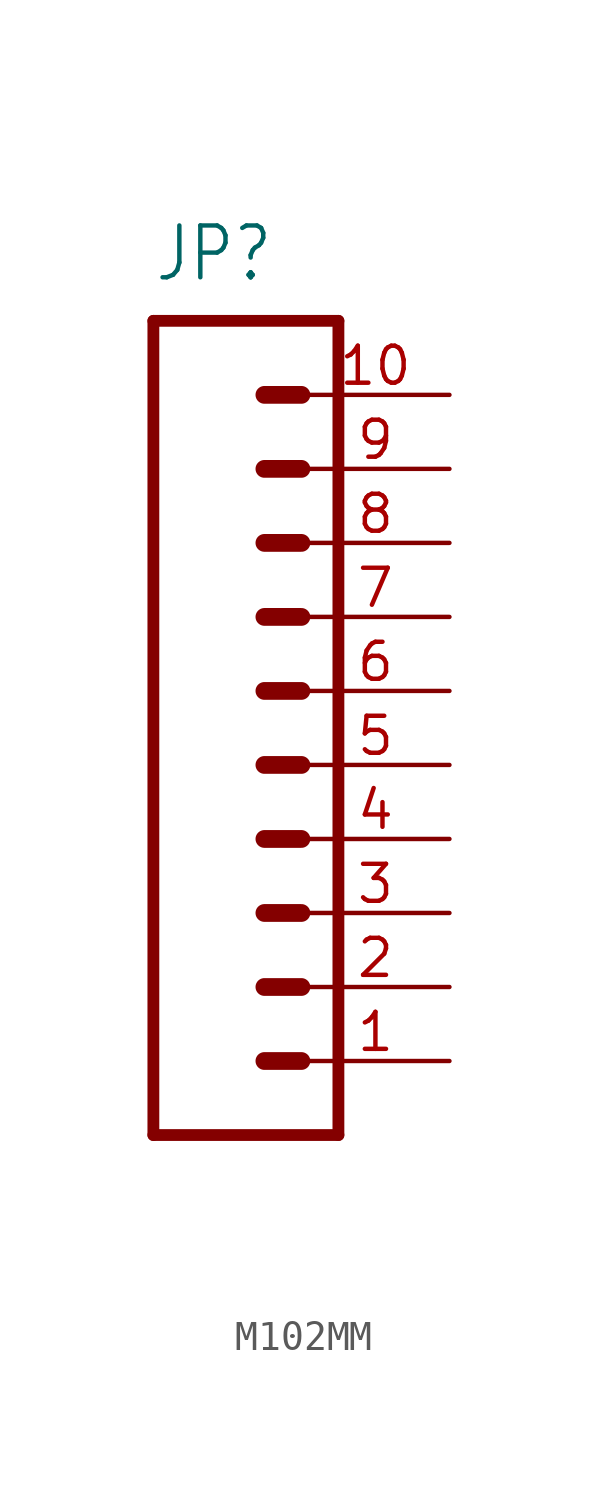
<source format=kicad_sym>
(kicad_symbol_lib
  (version 20220914)
  (generator kicad_symbol_editor)
  (symbol "M102MM"
    (property "Reference" "JP"
      (at 0 8.89 0)
      (effects (font (size 1.778 1.511)) (justify left bottom)))
    (property "Value" ""
      (at 0 -22.86 0)
      (effects (font (size 1.778 1.511)) (justify left bottom)))
    (property "ki_locked" ""
      (at 0 0 0)
      (effects (font (size 1.27 1.27))))
    (symbol "M102MM_1_0"
      (polyline (pts (xy 0 7.62) (xy 0 -20.32)) (stroke (width 0.406) (type solid)) (fill (type none)))
      (polyline (pts (xy 0 7.62) (xy 6.35 7.62)) (stroke (width 0.406) (type solid)) (fill (type none)))
      (polyline (pts (xy 3.81 -17.78) (xy 5.08 -17.78)) (stroke (width 0.61) (type solid)) (fill (type none)))
      (polyline (pts (xy 3.81 -15.24) (xy 5.08 -15.24)) (stroke (width 0.61) (type solid)) (fill (type none)))
      (polyline (pts (xy 3.81 -12.7) (xy 5.08 -12.7)) (stroke (width 0.61) (type solid)) (fill (type none)))
      (polyline (pts (xy 3.81 -10.16) (xy 5.08 -10.16)) (stroke (width 0.61) (type solid)) (fill (type none)))
      (polyline (pts (xy 3.81 -7.62) (xy 5.08 -7.62)) (stroke (width 0.61) (type solid)) (fill (type none)))
      (polyline (pts (xy 3.81 -5.08) (xy 5.08 -5.08)) (stroke (width 0.61) (type solid)) (fill (type none)))
      (polyline (pts (xy 3.81 -2.54) (xy 5.08 -2.54)) (stroke (width 0.61) (type solid)) (fill (type none)))
      (polyline (pts (xy 3.81 0) (xy 5.08 0)) (stroke (width 0.61) (type solid)) (fill (type none)))
      (polyline (pts (xy 3.81 2.54) (xy 5.08 2.54)) (stroke (width 0.61) (type solid)) (fill (type none)))
      (polyline (pts (xy 3.81 5.08) (xy 5.08 5.08)) (stroke (width 0.61) (type solid)) (fill (type none)))
      (polyline (pts (xy 6.35 -20.32) (xy 0 -20.32)) (stroke (width 0.406) (type solid)) (fill (type none)))
      (polyline (pts (xy 6.35 -20.32) (xy 6.35 7.62)) (stroke (width 0.406) (type solid)) (fill (type none)))
      (pin passive line (at 10.16 -17.78 180) (length 5.08) (name "1" (effects (font (size 0 0)))) (number "1" (effects (font (size 1.27 1.27)))))
      (pin passive line (at 10.16 5.08 180) (length 5.08) (name "10" (effects (font (size 0 0)))) (number "10" (effects (font (size 1.27 1.27)))))
      (pin passive line (at 10.16 -15.24 180) (length 5.08) (name "2" (effects (font (size 0 0)))) (number "2" (effects (font (size 1.27 1.27)))))
      (pin passive line (at 10.16 -12.7 180) (length 5.08) (name "3" (effects (font (size 0 0)))) (number "3" (effects (font (size 1.27 1.27)))))
      (pin passive line (at 10.16 -10.16 180) (length 5.08) (name "4" (effects (font (size 0 0)))) (number "4" (effects (font (size 1.27 1.27)))))
      (pin passive line (at 10.16 -7.62 180) (length 5.08) (name "5" (effects (font (size 0 0)))) (number "5" (effects (font (size 1.27 1.27)))))
      (pin passive line (at 10.16 -5.08 180) (length 5.08) (name "6" (effects (font (size 0 0)))) (number "6" (effects (font (size 1.27 1.27)))))
      (pin passive line (at 10.16 -2.54 180) (length 5.08) (name "7" (effects (font (size 0 0)))) (number "7" (effects (font (size 1.27 1.27)))))
      (pin passive line (at 10.16 0 180) (length 5.08) (name "8" (effects (font (size 0 0)))) (number "8" (effects (font (size 1.27 1.27)))))
      (pin passive line (at 10.16 2.54 180) (length 5.08) (name "9" (effects (font (size 0 0)))) (number "9" (effects (font (size 1.27 1.27))))))))
</source>
